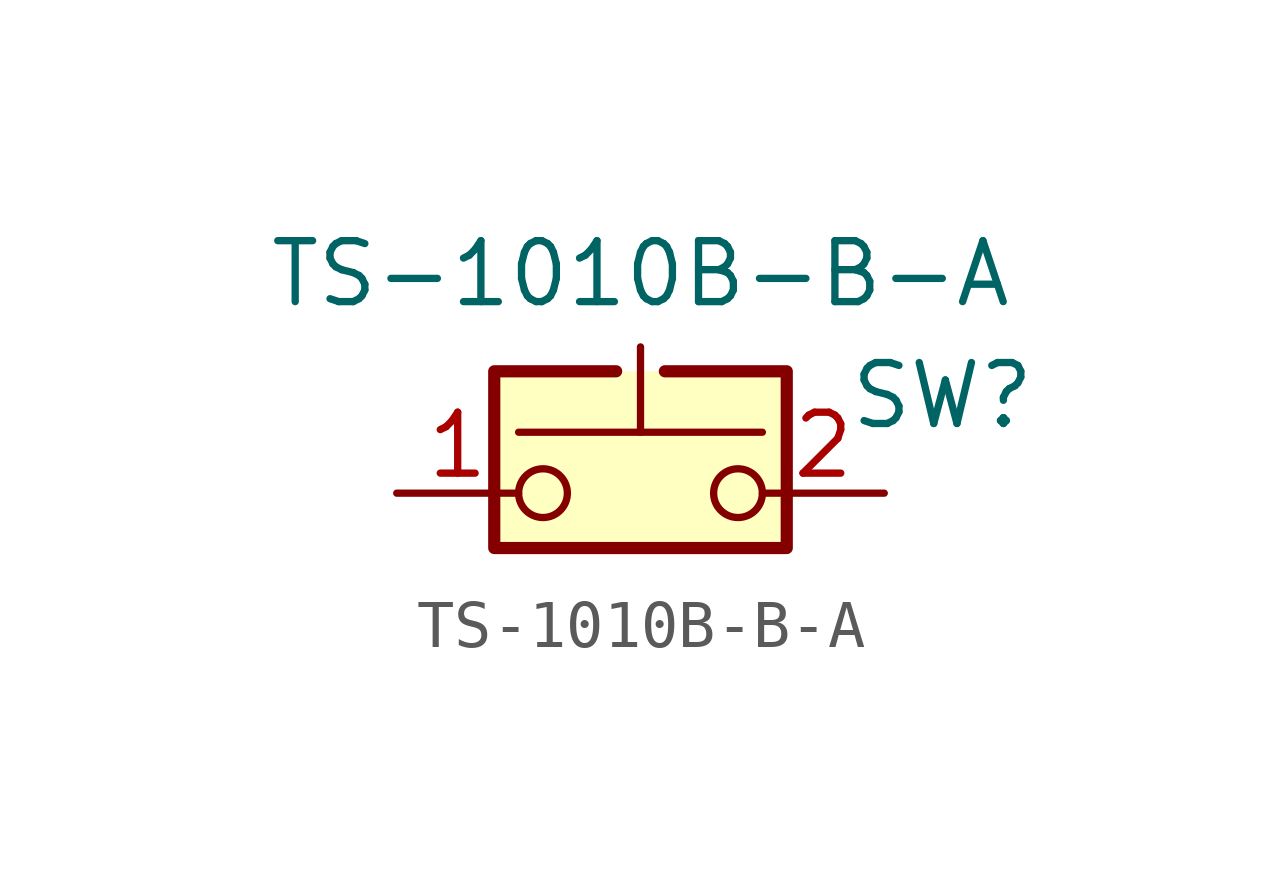
<source format=kicad_sym>
(kicad_symbol_lib
  (version 20241209)
  (generator "kicad_symbol_editor")
  (generator_version "9.0")
  (symbol "TS-1010B-B-A"
    (pin_names
      (offset 1.016)
      (hide yes))
    (property "Reference" "SW"
      (at 4.318 2.032 0)
      (effects (font (size 1.27 1.27)) (justify left)))
    (property "Value" "TS-1010B-B-A"
      (at 0 4.572 0)
      (effects (font (size 1.27 1.27))))
    (symbol "TS-1010B-B-A_0_1"
      (circle (center -2.032 0) (radius 0.508) (stroke (width 0) (type default)) (fill (type none)))
      (polyline (pts (xy 0 1.27) (xy 0 3.048)) (stroke (width 0) (type default)) (fill (type none)))
      (polyline (pts (xy 0.508 2.54) (xy 3.048 2.54) (xy 3.048 -1.143) (xy -3.048 -1.143) (xy -3.048 2.54) (xy -0.508 2.54)) (stroke (width -0.025) (type default)) (fill (type none)))
      (polyline (pts (xy 0.508 2.54) (xy 3.048 2.54) (xy 3.048 -1.143) (xy -3.048 -1.143) (xy -3.048 2.54) (xy -0.508 2.54)) (stroke (width 0.254) (type default)) (fill (type none)))
      (circle (center 2.032 0) (radius 0.508) (stroke (width 0) (type default)) (fill (type none)))
      (polyline (pts (xy 2.54 1.27) (xy -2.54 1.27)) (stroke (width 0) (type default)) (fill (type none)))
      (pin passive line (at -5.08 0 0) (length 2.54) (name "1" (effects (font (size 1.27 1.27)))) (number "1" (effects (font (size 1.27 1.27)))))
      (pin passive line (at 5.08 0 180) (length 2.54) (name "2" (effects (font (size 1.27 1.27)))) (number "2" (effects (font (size 1.27 1.27))))))
    (symbol "TS-1010B-B-A_1_1"
      (rectangle (start -3.048 2.54) (end 3.048 -1.27) (stroke (width -0.025) (type default)) (fill (type background))))))
</source>
